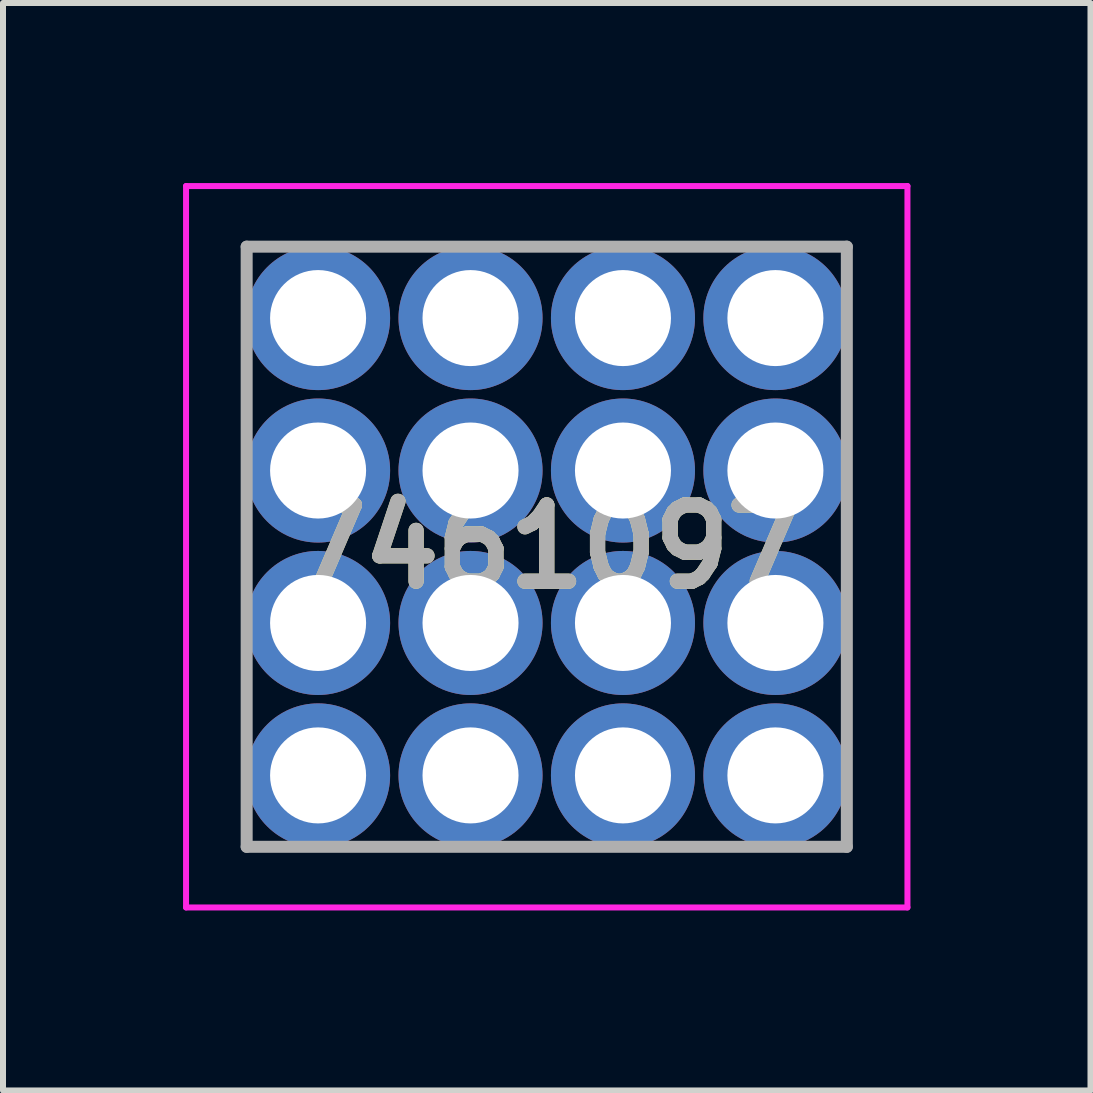
<source format=kicad_pcb>
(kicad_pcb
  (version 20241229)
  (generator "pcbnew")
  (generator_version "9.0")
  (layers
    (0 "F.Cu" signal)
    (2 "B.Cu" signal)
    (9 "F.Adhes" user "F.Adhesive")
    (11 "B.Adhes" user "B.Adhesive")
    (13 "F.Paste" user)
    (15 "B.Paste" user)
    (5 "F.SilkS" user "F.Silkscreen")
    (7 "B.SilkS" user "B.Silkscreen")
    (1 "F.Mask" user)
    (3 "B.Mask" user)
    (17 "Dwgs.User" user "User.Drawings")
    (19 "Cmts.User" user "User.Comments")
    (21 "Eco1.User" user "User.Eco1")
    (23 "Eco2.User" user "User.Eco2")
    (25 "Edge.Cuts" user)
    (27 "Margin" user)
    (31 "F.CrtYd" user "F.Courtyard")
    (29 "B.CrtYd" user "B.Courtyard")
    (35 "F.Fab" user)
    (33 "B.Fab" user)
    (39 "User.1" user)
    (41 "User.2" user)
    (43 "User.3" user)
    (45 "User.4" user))
  (footprint "7461097"
    (layer "F.Cu")
    (at 6.06 6.06)
    (property "Reference" "7461097" (at 0 0 0) (layer "F.SilkS") (effects (font (size 1.27 1.27) (thickness 0.254))))
    (attr through_hole)
    (fp_line (start -5 -3) (end -5 -2) (stroke (width 0.1) (type solid)) (layer "F.SilkS"))
    (fp_line (start -5 2) (end -5 3) (stroke (width 0.1) (type solid)) (layer "F.SilkS"))
    (fp_line (start -3 -5) (end -2 -5) (stroke (width 0.1) (type solid)) (layer "F.SilkS"))
    (fp_line (start -3 5) (end -2 5) (stroke (width 0.1) (type solid)) (layer "F.SilkS"))
    (fp_line (start 2 -5) (end 3 -5) (stroke (width 0.1) (type solid)) (layer "F.SilkS"))
    (fp_line (start 2 5) (end 3 5) (stroke (width 0.1) (type solid)) (layer "F.SilkS"))
    (fp_line (start 5 -3) (end 5 -2) (stroke (width 0.1) (type solid)) (layer "F.SilkS"))
    (fp_line (start 5 2) (end 5 3) (stroke (width 0.1) (type solid)) (layer "F.SilkS"))
    (fp_line (start -6.01 -6.01) (end 6.01 -6.01) (stroke (width 0.1) (type solid)) (layer "F.CrtYd"))
    (fp_line (start -6.01 6.01) (end -6.01 -6.01) (stroke (width 0.1) (type solid)) (layer "F.CrtYd"))
    (fp_line (start 6.01 -6.01) (end 6.01 6.01) (stroke (width 0.1) (type solid)) (layer "F.CrtYd"))
    (fp_line (start 6.01 6.01) (end -6.01 6.01) (stroke (width 0.1) (type solid)) (layer "F.CrtYd"))
    (fp_line (start -5 -5) (end 5 -5) (stroke (width 0.2) (type solid)) (layer "F.Fab"))
    (fp_line (start -5 5) (end -5 -5) (stroke (width 0.2) (type solid)) (layer "F.Fab"))
    (fp_line (start 5 -5) (end 5 5) (stroke (width 0.2) (type solid)) (layer "F.Fab"))
    (fp_line (start 5 5) (end -5 5) (stroke (width 0.2) (type solid)) (layer "F.Fab"))
    (fp_text user "${REFERENCE}" (at 0 0 0) (layer "F.Fab") (effects (font (size 1.27 1.27) (thickness 0.254))))
    (pad "1" thru_hole circle (at -3.81 3.81) (size 2.4 2.4) (drill 1.6) (layers "*.Cu" "*.Mask"))
    (pad "2" thru_hole circle (at -1.27 3.81) (size 2.4 2.4) (drill 1.6) (layers "*.Cu" "*.Mask"))
    (pad "3" thru_hole circle (at 1.27 3.81) (size 2.4 2.4) (drill 1.6) (layers "*.Cu" "*.Mask"))
    (pad "4" thru_hole circle (at 3.81 3.81) (size 2.4 2.4) (drill 1.6) (layers "*.Cu" "*.Mask"))
    (pad "5" thru_hole circle (at -3.81 1.27) (size 2.4 2.4) (drill 1.6) (layers "*.Cu" "*.Mask"))
    (pad "6" thru_hole circle (at -1.27 1.27) (size 2.4 2.4) (drill 1.6) (layers "*.Cu" "*.Mask"))
    (pad "7" thru_hole circle (at 1.27 1.27) (size 2.4 2.4) (drill 1.6) (layers "*.Cu" "*.Mask"))
    (pad "8" thru_hole circle (at 3.81 1.27) (size 2.4 2.4) (drill 1.6) (layers "*.Cu" "*.Mask"))
    (pad "9" thru_hole circle (at -3.81 -1.27) (size 2.4 2.4) (drill 1.6) (layers "*.Cu" "*.Mask"))
    (pad "10" thru_hole circle (at -1.27 -1.27) (size 2.4 2.4) (drill 1.6) (layers "*.Cu" "*.Mask"))
    (pad "11" thru_hole circle (at 1.27 -1.27) (size 2.4 2.4) (drill 1.6) (layers "*.Cu" "*.Mask"))
    (pad "12" thru_hole circle (at 3.81 -1.27) (size 2.4 2.4) (drill 1.6) (layers "*.Cu" "*.Mask"))
    (pad "13" thru_hole circle (at -3.81 -3.81) (size 2.4 2.4) (drill 1.6) (layers "*.Cu" "*.Mask"))
    (pad "14" thru_hole circle (at -1.27 -3.81) (size 2.4 2.4) (drill 1.6) (layers "*.Cu" "*.Mask"))
    (pad "15" thru_hole circle (at 1.27 -3.81) (size 2.4 2.4) (drill 1.6) (layers "*.Cu" "*.Mask"))
    (pad "16" thru_hole circle (at 3.81 -3.81) (size 2.4 2.4) (drill 1.6) (layers "*.Cu" "*.Mask")))
  (gr_rect
    (start -3 -3)
    (end 15.12 15.12)
    (stroke (width 0.1) (type default))
    (fill no)
    (layer "Edge.Cuts")))
</source>
